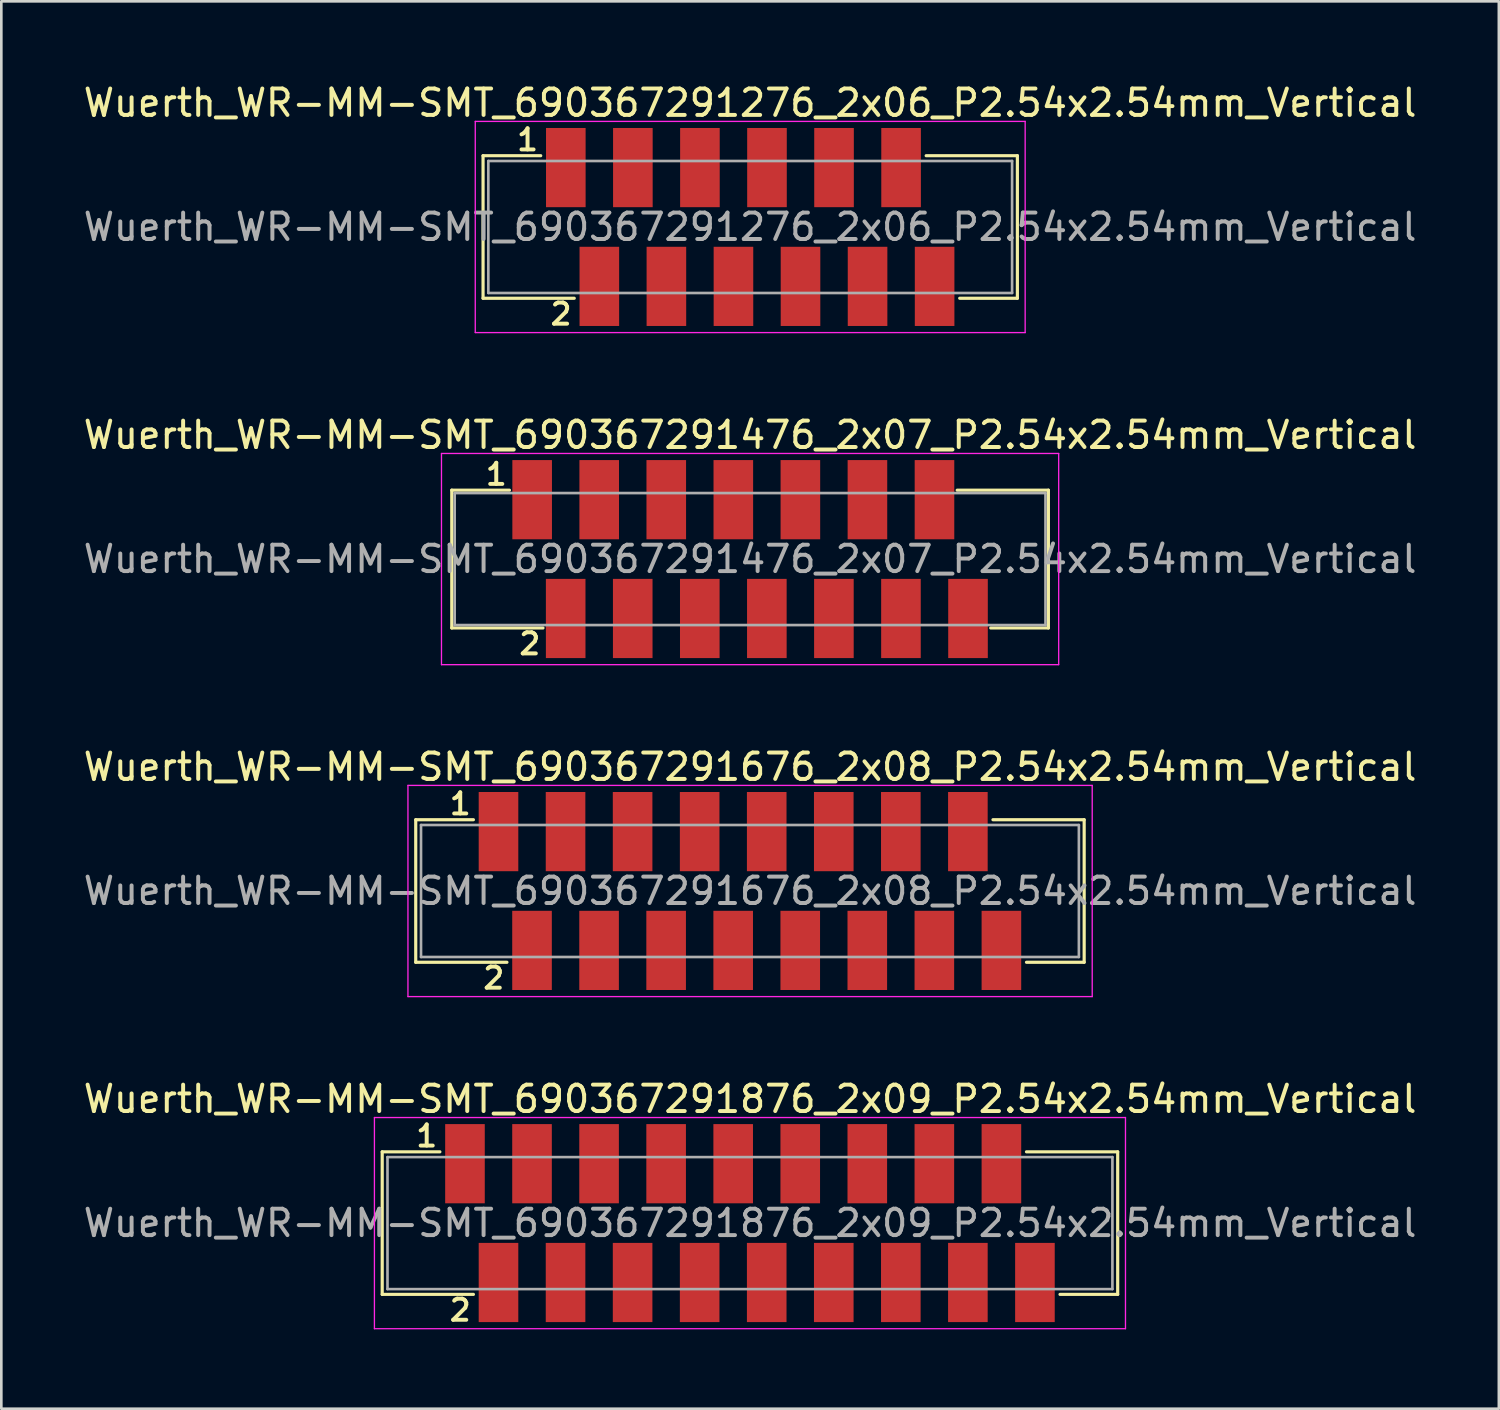
<source format=kicad_pcb>
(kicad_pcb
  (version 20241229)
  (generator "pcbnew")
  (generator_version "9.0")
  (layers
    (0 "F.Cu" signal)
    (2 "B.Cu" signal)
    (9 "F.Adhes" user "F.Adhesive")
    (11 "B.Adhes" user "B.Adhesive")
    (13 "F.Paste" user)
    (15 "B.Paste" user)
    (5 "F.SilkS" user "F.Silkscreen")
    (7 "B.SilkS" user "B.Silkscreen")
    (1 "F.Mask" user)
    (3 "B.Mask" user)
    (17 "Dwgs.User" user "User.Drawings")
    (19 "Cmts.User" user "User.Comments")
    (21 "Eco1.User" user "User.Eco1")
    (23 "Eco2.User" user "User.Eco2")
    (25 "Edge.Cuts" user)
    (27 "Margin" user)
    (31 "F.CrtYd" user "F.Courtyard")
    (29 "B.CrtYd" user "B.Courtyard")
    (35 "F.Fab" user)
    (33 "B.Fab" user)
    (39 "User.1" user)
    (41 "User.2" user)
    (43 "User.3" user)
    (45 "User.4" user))
  (footprint "Wuerth_WR-MM-SMT_690367291876_2x09_P2.54x2.54mm_Vertical"
    (layer "F.Cu")
    (at 14.563 41.031)
    (property "Reference" "Wuerth_WR-MM-SMT_690367291876_2x09_P2.54x2.54mm_Vertical" (at 10.8 -2.45 0) (layer "F.SilkS") (effects (font (size 1 1) (thickness 0.15))))
    (attr through_hole)
    (fp_line (start -3.135 -0.45) (end -3.135 4.95) (stroke (width 0.12) (type solid)) (layer "F.SilkS"))
    (fp_line (start -3.135 4.95) (end 0.32 4.95) (stroke (width 0.12) (type solid)) (layer "F.SilkS"))
    (fp_line (start -0.95 -0.45) (end -3.135 -0.45) (stroke (width 0.12) (type solid)) (layer "F.SilkS"))
    (fp_line (start 22.54 4.95) (end 24.725 4.95) (stroke (width 0.12) (type solid)) (layer "F.SilkS"))
    (fp_line (start 24.725 -0.45) (end 21.27 -0.45) (stroke (width 0.12) (type solid)) (layer "F.SilkS"))
    (fp_line (start 24.725 4.95) (end 24.725 -0.45) (stroke (width 0.12) (type solid)) (layer "F.SilkS"))
    (fp_line (start -3.43 -1.75) (end -3.43 6.25) (stroke (width 0.05) (type solid)) (layer "F.CrtYd"))
    (fp_line (start -3.43 6.25) (end 25.02 6.25) (stroke (width 0.05) (type solid)) (layer "F.CrtYd"))
    (fp_line (start 25.02 -1.75) (end -3.43 -1.75) (stroke (width 0.05) (type solid)) (layer "F.CrtYd"))
    (fp_line (start 25.02 6.25) (end 25.02 -1.75) (stroke (width 0.05) (type solid)) (layer "F.CrtYd"))
    (fp_line (start -2.935 -0.25) (end -2.935 4.75) (stroke (width 0.1) (type solid)) (layer "F.Fab"))
    (fp_line (start -2.935 4.75) (end 24.525 4.75) (stroke (width 0.1) (type solid)) (layer "F.Fab"))
    (fp_line (start 24.525 -0.25) (end -2.935 -0.25) (stroke (width 0.1) (type solid)) (layer "F.Fab"))
    (fp_line (start 24.525 4.75) (end 24.525 -0.25) (stroke (width 0.1) (type solid)) (layer "F.Fab"))
    (fp_text user "2" (at -0.18 5.55 0) (layer "F.SilkS") (effects (font (size 0.8 0.8) (thickness 0.15))))
    (fp_text user "1" (at -1.45 -1.05 0) (layer "F.SilkS") (effects (font (size 0.8 0.8) (thickness 0.15))))
    (fp_text user "${REFERENCE}" (at 10.8 2.25 0) (layer "F.Fab") (effects (font (size 1 1) (thickness 0.15))))
    (pad "1" smd rect (at 0 0) (size 1.5 3) (layers "F.Cu" "F.Mask" "F.Paste"))
    (pad "2" smd rect (at 1.27 4.5) (size 1.5 3) (layers "F.Cu" "F.Mask" "F.Paste"))
    (pad "3" smd rect (at 2.54 0) (size 1.5 3) (layers "F.Cu" "F.Mask" "F.Paste"))
    (pad "4" smd rect (at 3.81 4.5) (size 1.5 3) (layers "F.Cu" "F.Mask" "F.Paste"))
    (pad "5" smd rect (at 5.08 0) (size 1.5 3) (layers "F.Cu" "F.Mask" "F.Paste"))
    (pad "6" smd rect (at 6.35 4.5) (size 1.5 3) (layers "F.Cu" "F.Mask" "F.Paste"))
    (pad "7" smd rect (at 7.62 0) (size 1.5 3) (layers "F.Cu" "F.Mask" "F.Paste"))
    (pad "8" smd rect (at 8.89 4.5) (size 1.5 3) (layers "F.Cu" "F.Mask" "F.Paste"))
    (pad "9" smd rect (at 10.16 0) (size 1.5 3) (layers "F.Cu" "F.Mask" "F.Paste"))
    (pad "10" smd rect (at 11.43 4.5) (size 1.5 3) (layers "F.Cu" "F.Mask" "F.Paste"))
    (pad "11" smd rect (at 12.7 0) (size 1.5 3) (layers "F.Cu" "F.Mask" "F.Paste"))
    (pad "12" smd rect (at 13.97 4.5) (size 1.5 3) (layers "F.Cu" "F.Mask" "F.Paste"))
    (pad "13" smd rect (at 15.24 0) (size 1.5 3) (layers "F.Cu" "F.Mask" "F.Paste"))
    (pad "14" smd rect (at 16.51 4.5) (size 1.5 3) (layers "F.Cu" "F.Mask" "F.Paste"))
    (pad "15" smd rect (at 17.78 0) (size 1.5 3) (layers "F.Cu" "F.Mask" "F.Paste"))
    (pad "16" smd rect (at 19.05 4.5) (size 1.5 3) (layers "F.Cu" "F.Mask" "F.Paste"))
    (pad "17" smd rect (at 20.32 0) (size 1.5 3) (layers "F.Cu" "F.Mask" "F.Paste"))
    (pad "18" smd rect (at 21.59 4.5) (size 1.5 3) (layers "F.Cu" "F.Mask" "F.Paste")))
  (footprint "Wuerth_WR-MM-SMT_690367291676_2x08_P2.54x2.54mm_Vertical"
    (layer "F.Cu")
    (at 15.833 28.451)
    (property "Reference" "Wuerth_WR-MM-SMT_690367291676_2x08_P2.54x2.54mm_Vertical" (at 9.53 -2.45 0) (layer "F.SilkS") (effects (font (size 1 1) (thickness 0.15))))
    (attr through_hole)
    (fp_line (start -3.135 -0.45) (end -3.135 4.95) (stroke (width 0.12) (type solid)) (layer "F.SilkS"))
    (fp_line (start -3.135 4.95) (end 0.32 4.95) (stroke (width 0.12) (type solid)) (layer "F.SilkS"))
    (fp_line (start -0.95 -0.45) (end -3.135 -0.45) (stroke (width 0.12) (type solid)) (layer "F.SilkS"))
    (fp_line (start 20 4.95) (end 22.185 4.95) (stroke (width 0.12) (type solid)) (layer "F.SilkS"))
    (fp_line (start 22.185 -0.45) (end 18.73 -0.45) (stroke (width 0.12) (type solid)) (layer "F.SilkS"))
    (fp_line (start 22.185 4.95) (end 22.185 -0.45) (stroke (width 0.12) (type solid)) (layer "F.SilkS"))
    (fp_line (start -3.43 -1.75) (end -3.43 6.25) (stroke (width 0.05) (type solid)) (layer "F.CrtYd"))
    (fp_line (start -3.43 6.25) (end 22.49 6.25) (stroke (width 0.05) (type solid)) (layer "F.CrtYd"))
    (fp_line (start 22.49 -1.75) (end -3.43 -1.75) (stroke (width 0.05) (type solid)) (layer "F.CrtYd"))
    (fp_line (start 22.49 6.25) (end 22.49 -1.75) (stroke (width 0.05) (type solid)) (layer "F.CrtYd"))
    (fp_line (start -2.935 -0.25) (end -2.935 4.75) (stroke (width 0.1) (type solid)) (layer "F.Fab"))
    (fp_line (start -2.935 4.75) (end 21.985 4.75) (stroke (width 0.1) (type solid)) (layer "F.Fab"))
    (fp_line (start 21.985 -0.25) (end -2.935 -0.25) (stroke (width 0.1) (type solid)) (layer "F.Fab"))
    (fp_line (start 21.985 4.75) (end 21.985 -0.25) (stroke (width 0.1) (type solid)) (layer "F.Fab"))
    (fp_text user "1" (at -1.45 -1.05 0) (layer "F.SilkS") (effects (font (size 0.8 0.8) (thickness 0.15))))
    (fp_text user "2" (at -0.18 5.55 0) (layer "F.SilkS") (effects (font (size 0.8 0.8) (thickness 0.15))))
    (fp_text user "${REFERENCE}" (at 9.53 2.25 0) (layer "F.Fab") (effects (font (size 1 1) (thickness 0.15))))
    (pad "1" smd rect (at 0 0) (size 1.5 3) (layers "F.Cu" "F.Mask" "F.Paste"))
    (pad "2" smd rect (at 1.27 4.5) (size 1.5 3) (layers "F.Cu" "F.Mask" "F.Paste"))
    (pad "3" smd rect (at 2.54 0) (size 1.5 3) (layers "F.Cu" "F.Mask" "F.Paste"))
    (pad "4" smd rect (at 3.81 4.5) (size 1.5 3) (layers "F.Cu" "F.Mask" "F.Paste"))
    (pad "5" smd rect (at 5.08 0) (size 1.5 3) (layers "F.Cu" "F.Mask" "F.Paste"))
    (pad "6" smd rect (at 6.35 4.5) (size 1.5 3) (layers "F.Cu" "F.Mask" "F.Paste"))
    (pad "7" smd rect (at 7.62 0) (size 1.5 3) (layers "F.Cu" "F.Mask" "F.Paste"))
    (pad "8" smd rect (at 8.89 4.5) (size 1.5 3) (layers "F.Cu" "F.Mask" "F.Paste"))
    (pad "9" smd rect (at 10.16 0) (size 1.5 3) (layers "F.Cu" "F.Mask" "F.Paste"))
    (pad "10" smd rect (at 11.43 4.5) (size 1.5 3) (layers "F.Cu" "F.Mask" "F.Paste"))
    (pad "11" smd rect (at 12.7 0) (size 1.5 3) (layers "F.Cu" "F.Mask" "F.Paste"))
    (pad "12" smd rect (at 13.97 4.5) (size 1.5 3) (layers "F.Cu" "F.Mask" "F.Paste"))
    (pad "13" smd rect (at 15.24 0) (size 1.5 3) (layers "F.Cu" "F.Mask" "F.Paste"))
    (pad "14" smd rect (at 16.51 4.5) (size 1.5 3) (layers "F.Cu" "F.Mask" "F.Paste"))
    (pad "15" smd rect (at 17.78 0) (size 1.5 3) (layers "F.Cu" "F.Mask" "F.Paste"))
    (pad "16" smd rect (at 19.05 4.5) (size 1.5 3) (layers "F.Cu" "F.Mask" "F.Paste")))
  (footprint "Wuerth_WR-MM-SMT_690367291276_2x06_P2.54x2.54mm_Vertical"
    (layer "F.Cu")
    (at 18.383 3.298)
    (property "Reference" "Wuerth_WR-MM-SMT_690367291276_2x06_P2.54x2.54mm_Vertical" (at 6.98 -2.45 0) (layer "F.SilkS") (effects (font (size 1 1) (thickness 0.15))))
    (attr smd)
    (fp_line (start -3.135 -0.45) (end -3.135 4.95) (stroke (width 0.12) (type solid)) (layer "F.SilkS"))
    (fp_line (start -3.135 4.95) (end 0.32 4.95) (stroke (width 0.12) (type solid)) (layer "F.SilkS"))
    (fp_line (start -0.95 -0.45) (end -3.135 -0.45) (stroke (width 0.12) (type solid)) (layer "F.SilkS"))
    (fp_line (start 14.92 4.95) (end 17.105 4.95) (stroke (width 0.12) (type solid)) (layer "F.SilkS"))
    (fp_line (start 17.105 -0.45) (end 13.65 -0.45) (stroke (width 0.12) (type solid)) (layer "F.SilkS"))
    (fp_line (start 17.105 4.95) (end 17.105 -0.45) (stroke (width 0.12) (type solid)) (layer "F.SilkS"))
    (fp_line (start -3.43 -1.75) (end -3.43 6.25) (stroke (width 0.05) (type solid)) (layer "F.CrtYd"))
    (fp_line (start -3.43 6.25) (end 17.4 6.25) (stroke (width 0.05) (type solid)) (layer "F.CrtYd"))
    (fp_line (start 17.4 -1.75) (end -3.43 -1.75) (stroke (width 0.05) (type solid)) (layer "F.CrtYd"))
    (fp_line (start 17.4 6.25) (end 17.4 -1.75) (stroke (width 0.05) (type solid)) (layer "F.CrtYd"))
    (fp_line (start -2.935 -0.25) (end -2.935 4.75) (stroke (width 0.1) (type solid)) (layer "F.Fab"))
    (fp_line (start -2.935 4.75) (end 16.905 4.75) (stroke (width 0.1) (type solid)) (layer "F.Fab"))
    (fp_line (start 16.905 -0.25) (end -2.935 -0.25) (stroke (width 0.1) (type solid)) (layer "F.Fab"))
    (fp_line (start 16.905 4.75) (end 16.905 -0.25) (stroke (width 0.1) (type solid)) (layer "F.Fab"))
    (fp_text user "2" (at -0.18 5.55 0) (layer "F.SilkS") (effects (font (size 0.8 0.8) (thickness 0.15))))
    (fp_text user "1" (at -1.45 -1.05 0) (layer "F.SilkS") (effects (font (size 0.8 0.8) (thickness 0.15))))
    (fp_text user "${REFERENCE}" (at 6.98 2.25 0) (layer "F.Fab") (effects (font (size 1 1) (thickness 0.15))))
    (pad "1" smd rect (at 0 0) (size 1.5 3) (layers "F.Cu" "F.Mask" "F.Paste"))
    (pad "2" smd rect (at 1.27 4.5) (size 1.5 3) (layers "F.Cu" "F.Mask" "F.Paste"))
    (pad "3" smd rect (at 2.54 0) (size 1.5 3) (layers "F.Cu" "F.Mask" "F.Paste"))
    (pad "4" smd rect (at 3.81 4.5) (size 1.5 3) (layers "F.Cu" "F.Mask" "F.Paste"))
    (pad "5" smd rect (at 5.08 0) (size 1.5 3) (layers "F.Cu" "F.Mask" "F.Paste"))
    (pad "6" smd rect (at 6.35 4.5) (size 1.5 3) (layers "F.Cu" "F.Mask" "F.Paste"))
    (pad "7" smd rect (at 7.62 0) (size 1.5 3) (layers "F.Cu" "F.Mask" "F.Paste"))
    (pad "8" smd rect (at 8.89 4.5) (size 1.5 3) (layers "F.Cu" "F.Mask" "F.Paste"))
    (pad "9" smd rect (at 10.16 0) (size 1.5 3) (layers "F.Cu" "F.Mask" "F.Paste"))
    (pad "10" smd rect (at 11.43 4.5) (size 1.5 3) (layers "F.Cu" "F.Mask" "F.Paste"))
    (pad "11" smd rect (at 12.7 0) (size 1.5 3) (layers "F.Cu" "F.Mask" "F.Paste"))
    (pad "12" smd rect (at 13.97 4.5) (size 1.5 3) (layers "F.Cu" "F.Mask" "F.Paste")))
  (footprint "Wuerth_WR-MM-SMT_690367291476_2x07_P2.54x2.54mm_Vertical"
    (layer "F.Cu")
    (at 25.363 18.128)
    (property "Reference" "Wuerth_WR-MM-SMT_690367291476_2x07_P2.54x2.54mm_Vertical" (at 0 -4.7 0) (layer "F.SilkS") (effects (font (size 1 1) (thickness 0.15))))
    (attr smd)
    (fp_line (start -11.3 -2.61) (end -11.3 2.61) (stroke (width 0.12) (type solid)) (layer "F.SilkS"))
    (fp_line (start -11.3 2.61) (end -7.845 2.61) (stroke (width 0.12) (type solid)) (layer "F.SilkS"))
    (fp_line (start -9.115 -2.61) (end -11.3 -2.61) (stroke (width 0.12) (type solid)) (layer "F.SilkS"))
    (fp_line (start 9.115 2.61) (end 11.3 2.61) (stroke (width 0.12) (type solid)) (layer "F.SilkS"))
    (fp_line (start 11.3 -2.61) (end 7.845 -2.61) (stroke (width 0.12) (type solid)) (layer "F.SilkS"))
    (fp_line (start 11.3 2.61) (end 11.3 -2.61) (stroke (width 0.12) (type solid)) (layer "F.SilkS"))
    (fp_line (start -11.69 -4) (end -11.69 4) (stroke (width 0.05) (type solid)) (layer "F.CrtYd"))
    (fp_line (start -11.69 4) (end 11.69 4) (stroke (width 0.05) (type solid)) (layer "F.CrtYd"))
    (fp_line (start 11.69 -4) (end -11.69 -4) (stroke (width 0.05) (type solid)) (layer "F.CrtYd"))
    (fp_line (start 11.69 4) (end 11.69 -4) (stroke (width 0.05) (type solid)) (layer "F.CrtYd"))
    (fp_line (start -11.19 -2.5) (end -11.19 2.5) (stroke (width 0.1) (type solid)) (layer "F.Fab"))
    (fp_line (start -11.19 2.5) (end 11.19 2.5) (stroke (width 0.1) (type solid)) (layer "F.Fab"))
    (fp_line (start 11.19 -2.5) (end -11.19 -2.5) (stroke (width 0.1) (type solid)) (layer "F.Fab"))
    (fp_line (start 11.19 2.5) (end 11.19 -2.5) (stroke (width 0.1) (type solid)) (layer "F.Fab"))
    (fp_text user "2" (at -8.345 3.21 0) (layer "F.SilkS") (effects (font (size 0.8 0.8) (thickness 0.15))))
    (fp_text user "1" (at -9.615 -3.21 0) (layer "F.SilkS") (effects (font (size 0.8 0.8) (thickness 0.15))))
    (fp_text user "${REFERENCE}" (at 0 0 0) (layer "F.Fab") (effects (font (size 1 1) (thickness 0.15))))
    (pad "1" smd rect (at -8.255 -2.25) (size 1.5 3) (layers "F.Cu" "F.Mask" "F.Paste"))
    (pad "2" smd rect (at -6.985 2.25) (size 1.5 3) (layers "F.Cu" "F.Mask" "F.Paste"))
    (pad "3" smd rect (at -5.715 -2.25) (size 1.5 3) (layers "F.Cu" "F.Mask" "F.Paste"))
    (pad "4" smd rect (at -4.445 2.25) (size 1.5 3) (layers "F.Cu" "F.Mask" "F.Paste"))
    (pad "5" smd rect (at -3.175 -2.25) (size 1.5 3) (layers "F.Cu" "F.Mask" "F.Paste"))
    (pad "6" smd rect (at -1.905 2.25) (size 1.5 3) (layers "F.Cu" "F.Mask" "F.Paste"))
    (pad "7" smd rect (at -0.635 -2.25) (size 1.5 3) (layers "F.Cu" "F.Mask" "F.Paste"))
    (pad "8" smd rect (at 0.635 2.25) (size 1.5 3) (layers "F.Cu" "F.Mask" "F.Paste"))
    (pad "9" smd rect (at 1.905 -2.25) (size 1.5 3) (layers "F.Cu" "F.Mask" "F.Paste"))
    (pad "10" smd rect (at 3.175 2.25) (size 1.5 3) (layers "F.Cu" "F.Mask" "F.Paste"))
    (pad "11" smd rect (at 4.445 -2.25) (size 1.5 3) (layers "F.Cu" "F.Mask" "F.Paste"))
    (pad "12" smd rect (at 5.715 2.25) (size 1.5 3) (layers "F.Cu" "F.Mask" "F.Paste"))
    (pad "13" smd rect (at 6.985 -2.25) (size 1.5 3) (layers "F.Cu" "F.Mask" "F.Paste"))
    (pad "14" smd rect (at 8.255 2.25) (size 1.5 3) (layers "F.Cu" "F.Mask" "F.Paste")))
  (gr_rect
    (start -3 -3)
    (end 53.726 50.312)
    (stroke (width 0.1) (type default))
    (fill no)
    (layer "Edge.Cuts")))
</source>
